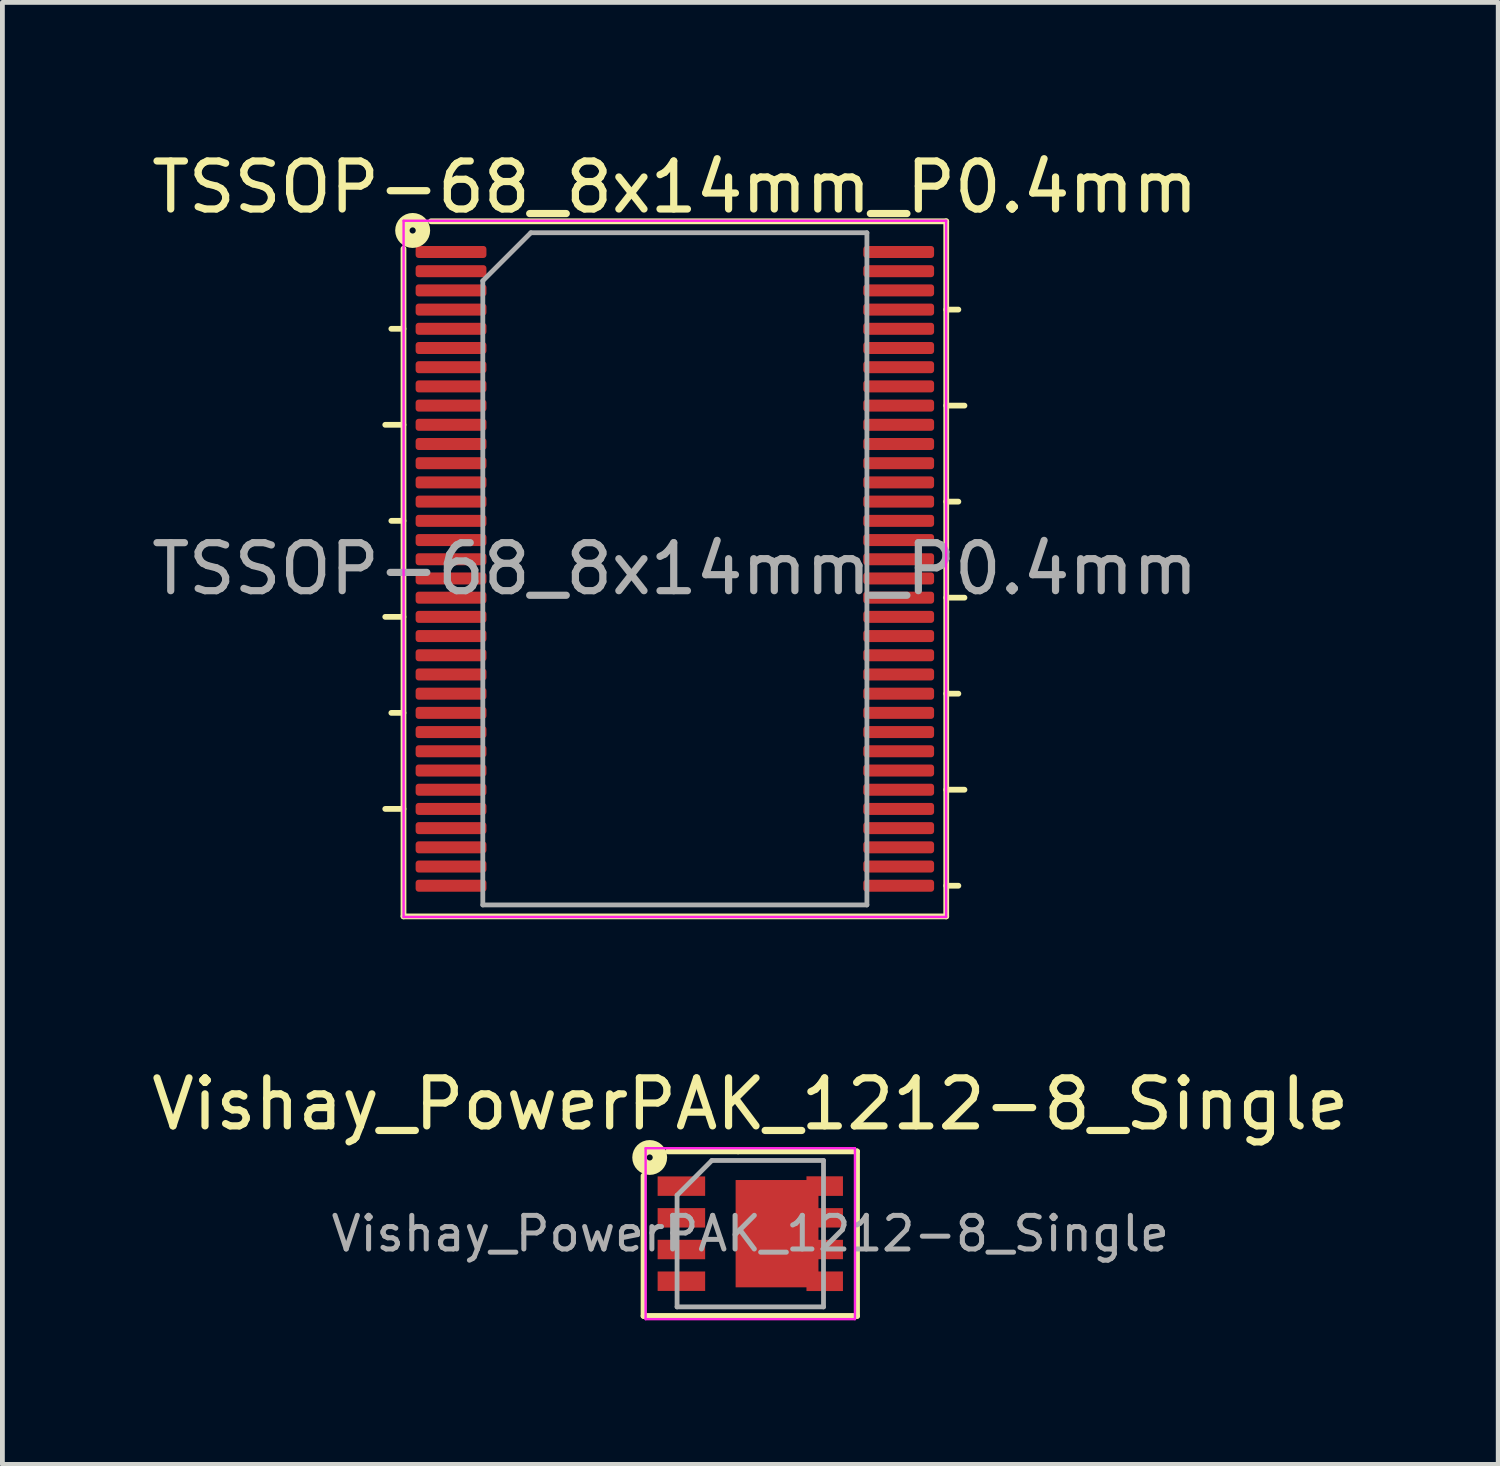
<source format=kicad_pcb>
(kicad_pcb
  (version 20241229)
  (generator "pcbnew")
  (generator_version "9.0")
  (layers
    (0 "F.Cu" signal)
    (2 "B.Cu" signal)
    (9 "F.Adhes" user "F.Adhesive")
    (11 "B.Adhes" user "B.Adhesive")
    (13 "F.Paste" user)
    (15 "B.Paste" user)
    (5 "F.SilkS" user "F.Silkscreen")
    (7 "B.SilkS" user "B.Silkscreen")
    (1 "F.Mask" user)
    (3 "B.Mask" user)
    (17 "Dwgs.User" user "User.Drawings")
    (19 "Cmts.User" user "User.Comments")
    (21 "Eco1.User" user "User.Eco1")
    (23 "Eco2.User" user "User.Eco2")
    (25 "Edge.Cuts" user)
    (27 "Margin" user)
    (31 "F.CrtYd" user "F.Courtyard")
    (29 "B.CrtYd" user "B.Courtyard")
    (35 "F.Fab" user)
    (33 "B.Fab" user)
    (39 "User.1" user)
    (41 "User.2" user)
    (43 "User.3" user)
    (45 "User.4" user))
  (footprint "TSSOP-68_8x14mm_P0.4mm"
    (layer "F.Cu")
    (at 11.006 8.798)
    (property "Reference" "TSSOP-68_8x14mm_P0.4mm" (at 0 -7.95 0) (layer "F.SilkS") (effects (font (size 1 1) (thickness 0.15))))
    (attr smd)
    (fp_line (start -6.032 -3) (end -5.652 -3) (stroke (width 0.12) (type solid)) (layer "F.SilkS"))
    (fp_line (start -6.032 1) (end -5.652 1) (stroke (width 0.12) (type solid)) (layer "F.SilkS"))
    (fp_line (start -5.905 -5) (end -5.652 -5) (stroke (width 0.12) (type solid)) (layer "F.SilkS"))
    (fp_line (start -5.905 -1) (end -5.652 -1) (stroke (width 0.12) (type solid)) (layer "F.SilkS"))
    (fp_line (start -5.652 -6.668) (end -5.652 7.239) (stroke (width 0.12) (type solid)) (layer "F.SilkS"))
    (fp_line (start -5.652 3) (end -5.905 3) (stroke (width 0.12) (type solid)) (layer "F.SilkS"))
    (fp_line (start -5.652 5) (end -6.032 5) (stroke (width 0.12) (type solid)) (layer "F.SilkS"))
    (fp_line (start -5.652 7.239) (end 5.652 7.239) (stroke (width 0.12) (type solid)) (layer "F.SilkS"))
    (fp_line (start 5.652 -7.239) (end -5.08 -7.239) (stroke (width 0.12) (type solid)) (layer "F.SilkS"))
    (fp_line (start 5.652 7.239) (end 5.652 -7.239) (stroke (width 0.12) (type solid)) (layer "F.SilkS"))
    (fp_line (start 5.905 -5.4) (end 5.652 -5.4) (stroke (width 0.12) (type solid)) (layer "F.SilkS"))
    (fp_line (start 5.905 -1.4) (end 5.652 -1.4) (stroke (width 0.12) (type solid)) (layer "F.SilkS"))
    (fp_line (start 5.905 2.6) (end 5.652 2.6) (stroke (width 0.12) (type solid)) (layer "F.SilkS"))
    (fp_line (start 5.905 6.6) (end 5.652 6.6) (stroke (width 0.12) (type solid)) (layer "F.SilkS"))
    (fp_line (start 6.032 -3.4) (end 5.652 -3.4) (stroke (width 0.12) (type solid)) (layer "F.SilkS"))
    (fp_line (start 6.032 0.6) (end 5.652 0.6) (stroke (width 0.12) (type solid)) (layer "F.SilkS"))
    (fp_line (start 6.032 4.6) (end 5.652 4.6) (stroke (width 0.12) (type solid)) (layer "F.SilkS"))
    (fp_circle (center -5.461 -7.048) (end -5.397 -7.048) (stroke (width 0.3) (type solid)) (fill no) (layer "F.SilkS"))
    (fp_line (start -5.65 -7.25) (end -5.65 7.25) (stroke (width 0.05) (type solid)) (layer "F.CrtYd"))
    (fp_line (start -5.65 7.25) (end 5.65 7.25) (stroke (width 0.05) (type solid)) (layer "F.CrtYd"))
    (fp_line (start 5.65 -7.25) (end -5.65 -7.25) (stroke (width 0.05) (type solid)) (layer "F.CrtYd"))
    (fp_line (start 5.65 7.25) (end 5.65 -7.25) (stroke (width 0.05) (type solid)) (layer "F.CrtYd"))
    (fp_line (start -4 -6) (end -3 -7) (stroke (width 0.1) (type solid)) (layer "F.Fab"))
    (fp_line (start -4 7) (end -4 -6) (stroke (width 0.1) (type solid)) (layer "F.Fab"))
    (fp_line (start -3 -7) (end 4 -7) (stroke (width 0.1) (type solid)) (layer "F.Fab"))
    (fp_line (start 4 -7) (end 4 7) (stroke (width 0.1) (type solid)) (layer "F.Fab"))
    (fp_line (start 4 7) (end -4 7) (stroke (width 0.1) (type solid)) (layer "F.Fab"))
    (fp_text user "${REFERENCE}" (at 0 0 0) (layer "F.Fab") (effects (font (size 1 1) (thickness 0.15))))
    (pad "1" smd roundrect (at -4.662 -6.6) (size 1.475 0.25) (layers "F.Cu" "F.Mask" "F.Paste") (roundrect_rratio 0.25))
    (pad "2" smd roundrect (at -4.662 -6.2) (size 1.475 0.25) (layers "F.Cu" "F.Mask" "F.Paste") (roundrect_rratio 0.25))
    (pad "3" smd roundrect (at -4.662 -5.8) (size 1.475 0.25) (layers "F.Cu" "F.Mask" "F.Paste") (roundrect_rratio 0.25))
    (pad "4" smd roundrect (at -4.662 -5.4) (size 1.475 0.25) (layers "F.Cu" "F.Mask" "F.Paste") (roundrect_rratio 0.25))
    (pad "5" smd roundrect (at -4.662 -5) (size 1.475 0.25) (layers "F.Cu" "F.Mask" "F.Paste") (roundrect_rratio 0.25))
    (pad "6" smd roundrect (at -4.662 -4.6) (size 1.475 0.25) (layers "F.Cu" "F.Mask" "F.Paste") (roundrect_rratio 0.25))
    (pad "7" smd roundrect (at -4.662 -4.2) (size 1.475 0.25) (layers "F.Cu" "F.Mask" "F.Paste") (roundrect_rratio 0.25))
    (pad "8" smd roundrect (at -4.662 -3.8) (size 1.475 0.25) (layers "F.Cu" "F.Mask" "F.Paste") (roundrect_rratio 0.25))
    (pad "9" smd roundrect (at -4.662 -3.4) (size 1.475 0.25) (layers "F.Cu" "F.Mask" "F.Paste") (roundrect_rratio 0.25))
    (pad "10" smd roundrect (at -4.662 -3) (size 1.475 0.25) (layers "F.Cu" "F.Mask" "F.Paste") (roundrect_rratio 0.25))
    (pad "11" smd roundrect (at -4.662 -2.6) (size 1.475 0.25) (layers "F.Cu" "F.Mask" "F.Paste") (roundrect_rratio 0.25))
    (pad "12" smd roundrect (at -4.662 -2.2) (size 1.475 0.25) (layers "F.Cu" "F.Mask" "F.Paste") (roundrect_rratio 0.25))
    (pad "13" smd roundrect (at -4.662 -1.8) (size 1.475 0.25) (layers "F.Cu" "F.Mask" "F.Paste") (roundrect_rratio 0.25))
    (pad "14" smd roundrect (at -4.662 -1.4) (size 1.475 0.25) (layers "F.Cu" "F.Mask" "F.Paste") (roundrect_rratio 0.25))
    (pad "15" smd roundrect (at -4.662 -1) (size 1.475 0.25) (layers "F.Cu" "F.Mask" "F.Paste") (roundrect_rratio 0.25))
    (pad "16" smd roundrect (at -4.662 -0.6) (size 1.475 0.25) (layers "F.Cu" "F.Mask" "F.Paste") (roundrect_rratio 0.25))
    (pad "17" smd roundrect (at -4.662 -0.2) (size 1.475 0.25) (layers "F.Cu" "F.Mask" "F.Paste") (roundrect_rratio 0.25))
    (pad "18" smd roundrect (at -4.662 0.2) (size 1.475 0.25) (layers "F.Cu" "F.Mask" "F.Paste") (roundrect_rratio 0.25))
    (pad "19" smd roundrect (at -4.662 0.6) (size 1.475 0.25) (layers "F.Cu" "F.Mask" "F.Paste") (roundrect_rratio 0.25))
    (pad "20" smd roundrect (at -4.662 1) (size 1.475 0.25) (layers "F.Cu" "F.Mask" "F.Paste") (roundrect_rratio 0.25))
    (pad "21" smd roundrect (at -4.662 1.4) (size 1.475 0.25) (layers "F.Cu" "F.Mask" "F.Paste") (roundrect_rratio 0.25))
    (pad "22" smd roundrect (at -4.662 1.8) (size 1.475 0.25) (layers "F.Cu" "F.Mask" "F.Paste") (roundrect_rratio 0.25))
    (pad "23" smd roundrect (at -4.662 2.2) (size 1.475 0.25) (layers "F.Cu" "F.Mask" "F.Paste") (roundrect_rratio 0.25))
    (pad "24" smd roundrect (at -4.662 2.6) (size 1.475 0.25) (layers "F.Cu" "F.Mask" "F.Paste") (roundrect_rratio 0.25))
    (pad "25" smd roundrect (at -4.662 3) (size 1.475 0.25) (layers "F.Cu" "F.Mask" "F.Paste") (roundrect_rratio 0.25))
    (pad "26" smd roundrect (at -4.662 3.4) (size 1.475 0.25) (layers "F.Cu" "F.Mask" "F.Paste") (roundrect_rratio 0.25))
    (pad "27" smd roundrect (at -4.662 3.8) (size 1.475 0.25) (layers "F.Cu" "F.Mask" "F.Paste") (roundrect_rratio 0.25))
    (pad "28" smd roundrect (at -4.662 4.2) (size 1.475 0.25) (layers "F.Cu" "F.Mask" "F.Paste") (roundrect_rratio 0.25))
    (pad "29" smd roundrect (at -4.662 4.6) (size 1.475 0.25) (layers "F.Cu" "F.Mask" "F.Paste") (roundrect_rratio 0.25))
    (pad "30" smd roundrect (at -4.662 5) (size 1.475 0.25) (layers "F.Cu" "F.Mask" "F.Paste") (roundrect_rratio 0.25))
    (pad "31" smd roundrect (at -4.662 5.4) (size 1.475 0.25) (layers "F.Cu" "F.Mask" "F.Paste") (roundrect_rratio 0.25))
    (pad "32" smd roundrect (at -4.662 5.8) (size 1.475 0.25) (layers "F.Cu" "F.Mask" "F.Paste") (roundrect_rratio 0.25))
    (pad "33" smd roundrect (at -4.662 6.2) (size 1.475 0.25) (layers "F.Cu" "F.Mask" "F.Paste") (roundrect_rratio 0.25))
    (pad "34" smd roundrect (at -4.662 6.6) (size 1.475 0.25) (layers "F.Cu" "F.Mask" "F.Paste") (roundrect_rratio 0.25))
    (pad "35" smd roundrect (at 4.662 6.6) (size 1.475 0.25) (layers "F.Cu" "F.Mask" "F.Paste") (roundrect_rratio 0.25))
    (pad "36" smd roundrect (at 4.662 6.2) (size 1.475 0.25) (layers "F.Cu" "F.Mask" "F.Paste") (roundrect_rratio 0.25))
    (pad "37" smd roundrect (at 4.662 5.8) (size 1.475 0.25) (layers "F.Cu" "F.Mask" "F.Paste") (roundrect_rratio 0.25))
    (pad "38" smd roundrect (at 4.662 5.4) (size 1.475 0.25) (layers "F.Cu" "F.Mask" "F.Paste") (roundrect_rratio 0.25))
    (pad "39" smd roundrect (at 4.662 5) (size 1.475 0.25) (layers "F.Cu" "F.Mask" "F.Paste") (roundrect_rratio 0.25))
    (pad "40" smd roundrect (at 4.662 4.6) (size 1.475 0.25) (layers "F.Cu" "F.Mask" "F.Paste") (roundrect_rratio 0.25))
    (pad "41" smd roundrect (at 4.662 4.2) (size 1.475 0.25) (layers "F.Cu" "F.Mask" "F.Paste") (roundrect_rratio 0.25))
    (pad "42" smd roundrect (at 4.662 3.8) (size 1.475 0.25) (layers "F.Cu" "F.Mask" "F.Paste") (roundrect_rratio 0.25))
    (pad "43" smd roundrect (at 4.662 3.4) (size 1.475 0.25) (layers "F.Cu" "F.Mask" "F.Paste") (roundrect_rratio 0.25))
    (pad "44" smd roundrect (at 4.662 3) (size 1.475 0.25) (layers "F.Cu" "F.Mask" "F.Paste") (roundrect_rratio 0.25))
    (pad "45" smd roundrect (at 4.662 2.6) (size 1.475 0.25) (layers "F.Cu" "F.Mask" "F.Paste") (roundrect_rratio 0.25))
    (pad "46" smd roundrect (at 4.662 2.2) (size 1.475 0.25) (layers "F.Cu" "F.Mask" "F.Paste") (roundrect_rratio 0.25))
    (pad "47" smd roundrect (at 4.662 1.8) (size 1.475 0.25) (layers "F.Cu" "F.Mask" "F.Paste") (roundrect_rratio 0.25))
    (pad "48" smd roundrect (at 4.662 1.4) (size 1.475 0.25) (layers "F.Cu" "F.Mask" "F.Paste") (roundrect_rratio 0.25))
    (pad "49" smd roundrect (at 4.662 1) (size 1.475 0.25) (layers "F.Cu" "F.Mask" "F.Paste") (roundrect_rratio 0.25))
    (pad "50" smd roundrect (at 4.662 0.6) (size 1.475 0.25) (layers "F.Cu" "F.Mask" "F.Paste") (roundrect_rratio 0.25))
    (pad "51" smd roundrect (at 4.662 0.2) (size 1.475 0.25) (layers "F.Cu" "F.Mask" "F.Paste") (roundrect_rratio 0.25))
    (pad "52" smd roundrect (at 4.662 -0.2) (size 1.475 0.25) (layers "F.Cu" "F.Mask" "F.Paste") (roundrect_rratio 0.25))
    (pad "53" smd roundrect (at 4.662 -0.6) (size 1.475 0.25) (layers "F.Cu" "F.Mask" "F.Paste") (roundrect_rratio 0.25))
    (pad "54" smd roundrect (at 4.662 -1) (size 1.475 0.25) (layers "F.Cu" "F.Mask" "F.Paste") (roundrect_rratio 0.25))
    (pad "55" smd roundrect (at 4.662 -1.4) (size 1.475 0.25) (layers "F.Cu" "F.Mask" "F.Paste") (roundrect_rratio 0.25))
    (pad "56" smd roundrect (at 4.662 -1.8) (size 1.475 0.25) (layers "F.Cu" "F.Mask" "F.Paste") (roundrect_rratio 0.25))
    (pad "57" smd roundrect (at 4.662 -2.2) (size 1.475 0.25) (layers "F.Cu" "F.Mask" "F.Paste") (roundrect_rratio 0.25))
    (pad "58" smd roundrect (at 4.662 -2.6) (size 1.475 0.25) (layers "F.Cu" "F.Mask" "F.Paste") (roundrect_rratio 0.25))
    (pad "59" smd roundrect (at 4.662 -3) (size 1.475 0.25) (layers "F.Cu" "F.Mask" "F.Paste") (roundrect_rratio 0.25))
    (pad "60" smd roundrect (at 4.662 -3.4) (size 1.475 0.25) (layers "F.Cu" "F.Mask" "F.Paste") (roundrect_rratio 0.25))
    (pad "61" smd roundrect (at 4.662 -3.8) (size 1.475 0.25) (layers "F.Cu" "F.Mask" "F.Paste") (roundrect_rratio 0.25))
    (pad "62" smd roundrect (at 4.662 -4.2) (size 1.475 0.25) (layers "F.Cu" "F.Mask" "F.Paste") (roundrect_rratio 0.25))
    (pad "63" smd roundrect (at 4.662 -4.6) (size 1.475 0.25) (layers "F.Cu" "F.Mask" "F.Paste") (roundrect_rratio 0.25))
    (pad "64" smd roundrect (at 4.662 -5) (size 1.475 0.25) (layers "F.Cu" "F.Mask" "F.Paste") (roundrect_rratio 0.25))
    (pad "65" smd roundrect (at 4.662 -5.4) (size 1.475 0.25) (layers "F.Cu" "F.Mask" "F.Paste") (roundrect_rratio 0.25))
    (pad "66" smd roundrect (at 4.662 -5.8) (size 1.475 0.25) (layers "F.Cu" "F.Mask" "F.Paste") (roundrect_rratio 0.25))
    (pad "67" smd roundrect (at 4.662 -6.2) (size 1.475 0.25) (layers "F.Cu" "F.Mask" "F.Paste") (roundrect_rratio 0.25))
    (pad "68" smd roundrect (at 4.662 -6.6) (size 1.475 0.25) (layers "F.Cu" "F.Mask" "F.Paste") (roundrect_rratio 0.25)))
  (footprint "Vishay_PowerPAK_1212-8_Single"
    (layer "F.Cu")
    (at 12.577 22.645)
    (property "Reference" "Vishay_PowerPAK_1212-8_Single" (at 0 -2.7 0) (layer "F.SilkS") (effects (font (size 1 1) (thickness 0.15))))
    (attr smd)
    (fp_line (start -2.223 1.714) (end -2.223 -1.206) (stroke (width 0.12) (type solid)) (layer "F.SilkS"))
    (fp_line (start -2.223 1.714) (end 2.223 1.714) (stroke (width 0.12) (type solid)) (layer "F.SilkS"))
    (fp_line (start -0.254 -1.714) (end -1.714 -1.714) (stroke (width 0.12) (type solid)) (layer "F.SilkS"))
    (fp_line (start 2.223 -1.714) (end -0.254 -1.714) (stroke (width 0.12) (type solid)) (layer "F.SilkS"))
    (fp_line (start 2.223 1.714) (end 2.223 -1.714) (stroke (width 0.12) (type solid)) (layer "F.SilkS"))
    (fp_circle (center -2.095 -1.587) (end -2.032 -1.587) (stroke (width 0.3) (type solid)) (fill no) (layer "F.SilkS"))
    (fp_line (start -2.18 -1.78) (end -2.18 1.78) (stroke (width 0.05) (type solid)) (layer "F.CrtYd"))
    (fp_line (start -2.18 -1.78) (end 2.18 -1.78) (stroke (width 0.05) (type solid)) (layer "F.CrtYd"))
    (fp_line (start -2.18 1.78) (end 2.18 1.78) (stroke (width 0.05) (type solid)) (layer "F.CrtYd"))
    (fp_line (start 2.18 -1.78) (end 2.18 1.78) (stroke (width 0.05) (type solid)) (layer "F.CrtYd"))
    (fp_line (start -1.525 -0.8) (end -1.525 1.525) (stroke (width 0.1) (type solid)) (layer "F.Fab"))
    (fp_line (start -1.525 -0.8) (end -0.8 -1.525) (stroke (width 0.1) (type solid)) (layer "F.Fab"))
    (fp_line (start -1.525 1.525) (end 1.525 1.525) (stroke (width 0.1) (type solid)) (layer "F.Fab"))
    (fp_line (start -0.8 -1.525) (end 1.525 -1.525) (stroke (width 0.1) (type solid)) (layer "F.Fab"))
    (fp_line (start 1.525 -1.525) (end 1.525 1.525) (stroke (width 0.1) (type solid)) (layer "F.Fab"))
    (fp_text user "${REFERENCE}" (at 0 0 0) (layer "F.Fab") (effects (font (size 0.7 0.7) (thickness 0.105))))
    (pad "1" smd rect (at -1.435 -0.99) (size 0.99 0.405) (layers "F.Cu" "F.Mask" "F.Paste"))
    (pad "2" smd rect (at -1.435 -0.33) (size 0.99 0.405) (layers "F.Cu" "F.Mask" "F.Paste"))
    (pad "3" smd rect (at -1.435 0.33) (size 0.99 0.405) (layers "F.Cu" "F.Mask" "F.Paste"))
    (pad "4" smd rect (at -1.435 0.99) (size 0.99 0.405) (layers "F.Cu" "F.Mask" "F.Paste"))
    (pad "5" smd custom (at 0.557 0) (size 1.725 2.235) (layers "F.Cu" "F.Mask" "F.Paste") (options (anchor rect)) (primitives (gr_poly (pts (xy 0.863 0.128) (xy 0.863 -0.128) (xy 1.373 -0.128) (xy 1.373 -0.532) (xy 0.863 -0.532) (xy 0.863 -0.787) (xy 1.373 -0.787) (xy 1.373 -1.195) (xy 0.613 -1.195) (xy 0.613 1.195) (xy 1.373 1.195) (xy 1.373 0.787) (xy 0.863 0.787) (xy 0.863 0.532) (xy 1.373 0.532) (xy 1.373 0.128)) (width 0) (fill yes)))))
  (gr_rect
    (start -3 -3)
    (end 28.155 27.451)
    (stroke (width 0.1) (type default))
    (fill no)
    (layer "Edge.Cuts")))
</source>
